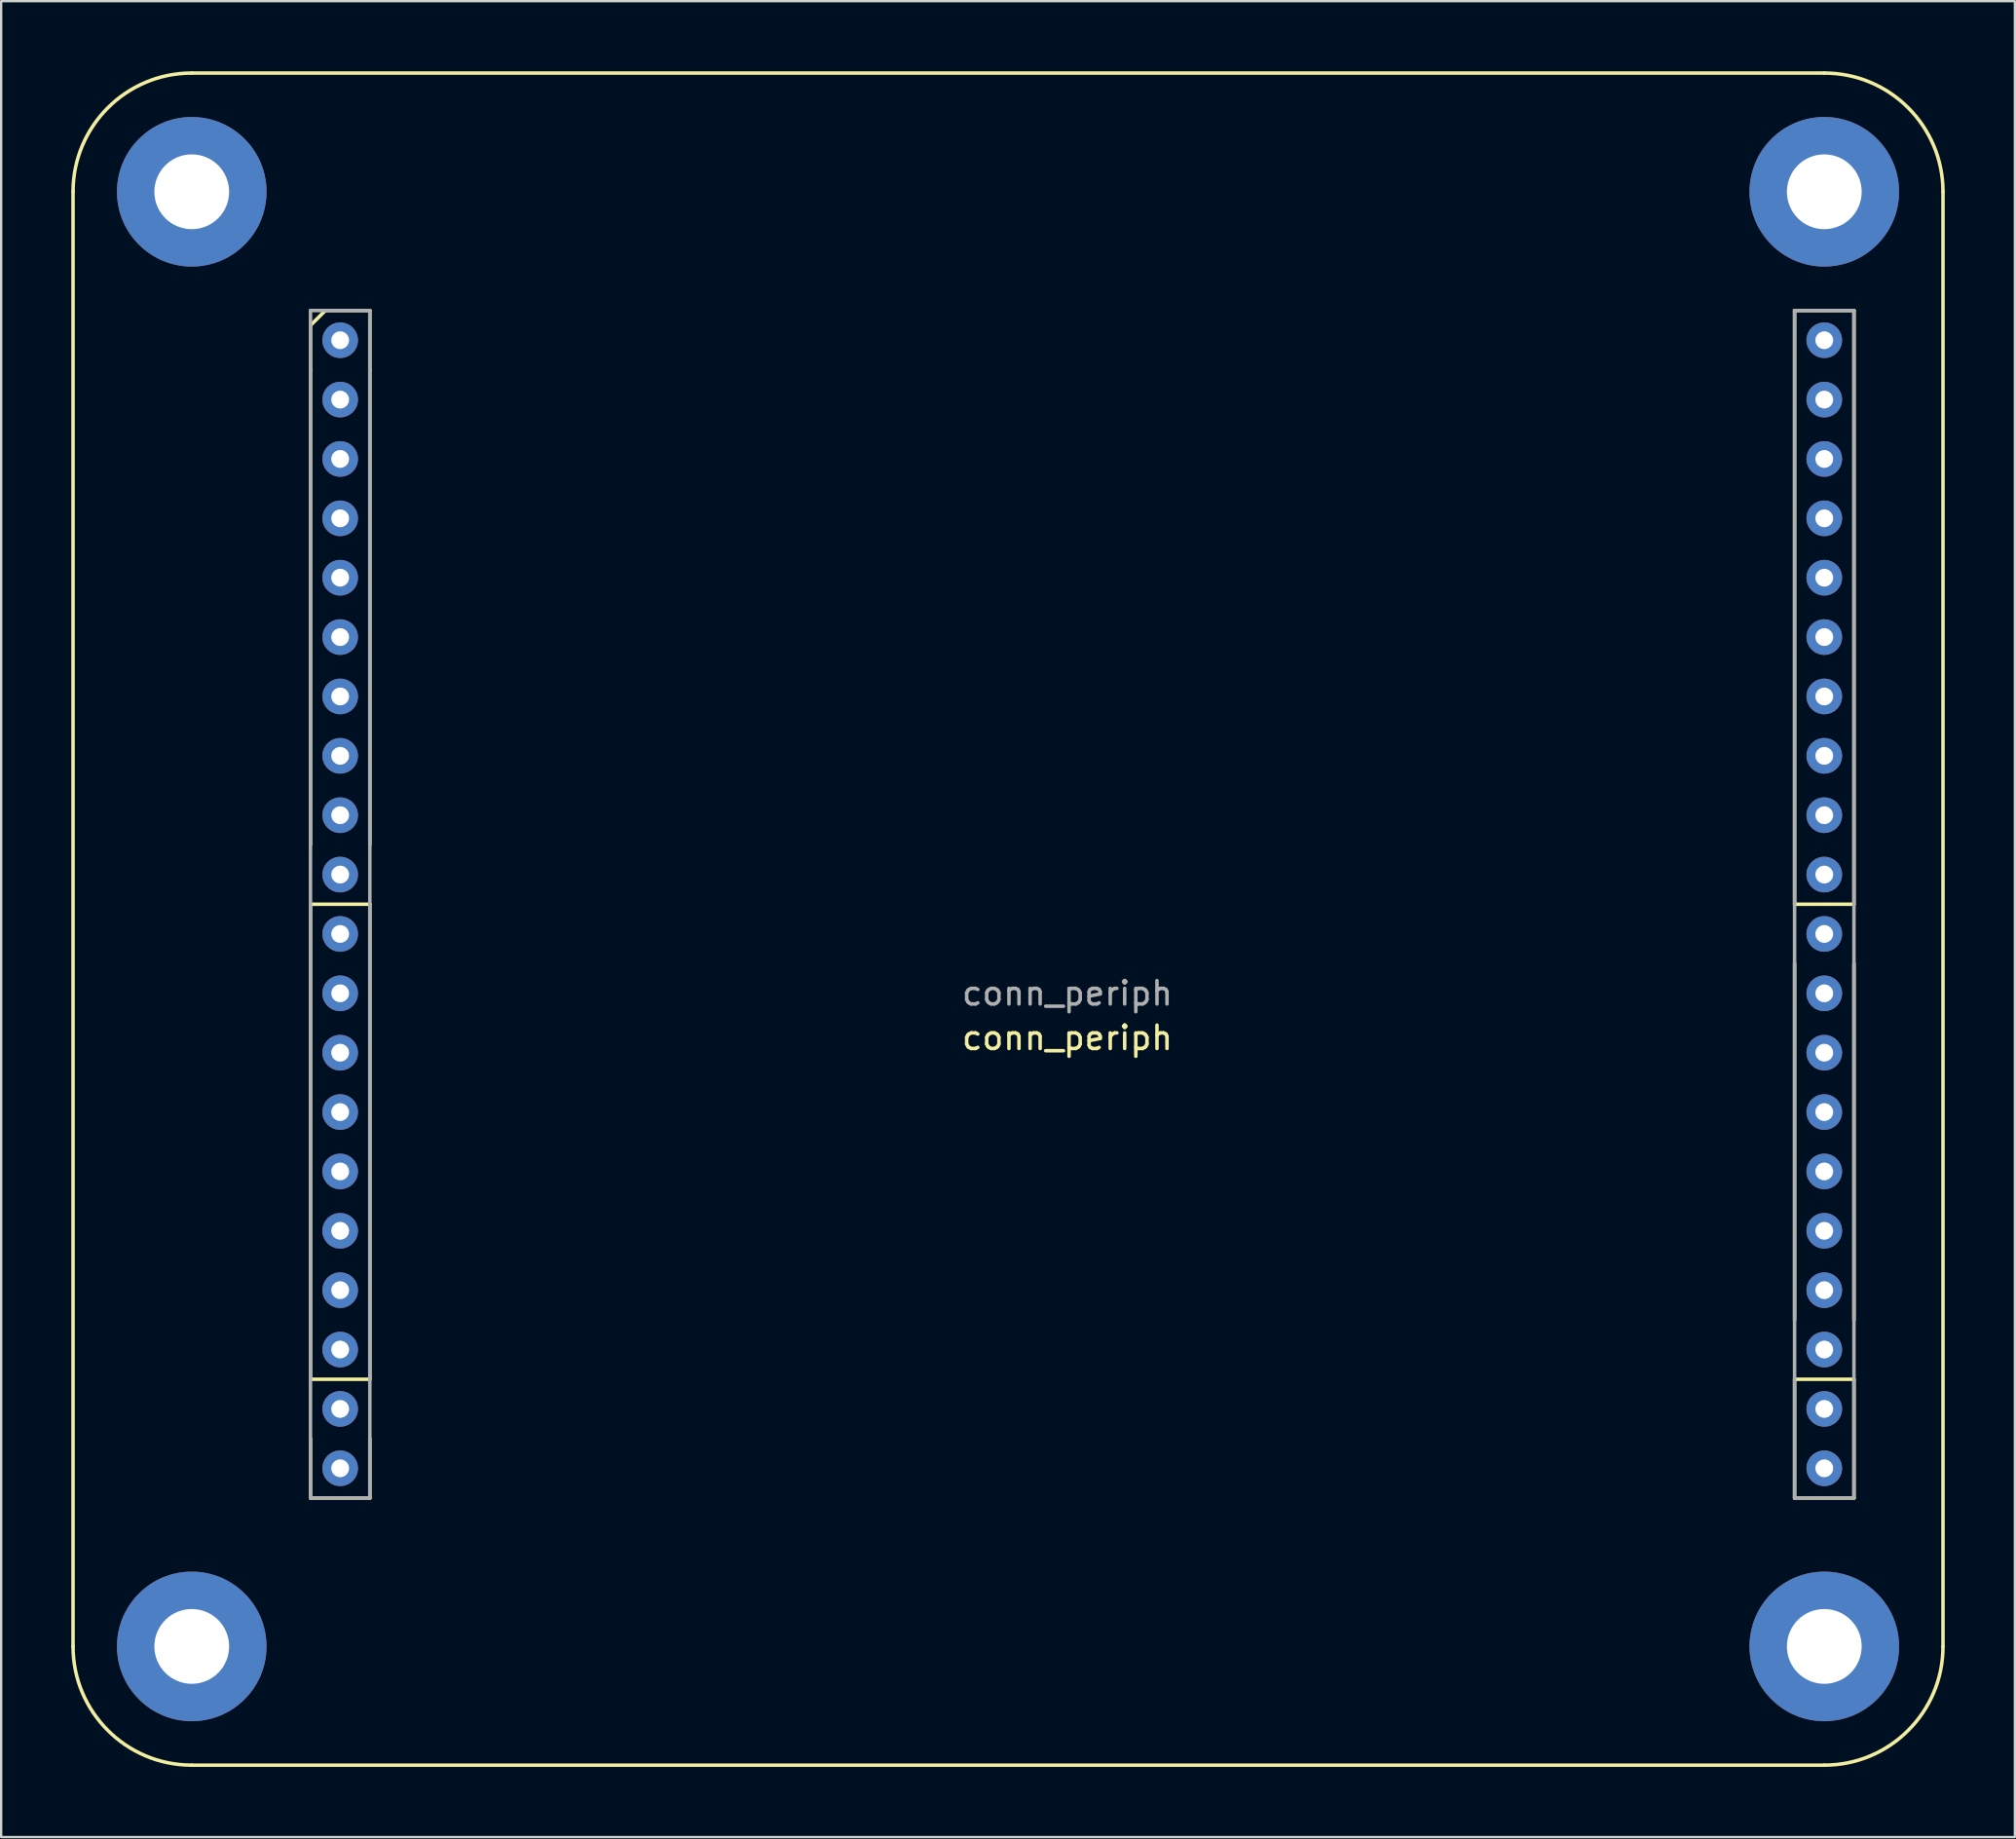
<source format=kicad_pcb>
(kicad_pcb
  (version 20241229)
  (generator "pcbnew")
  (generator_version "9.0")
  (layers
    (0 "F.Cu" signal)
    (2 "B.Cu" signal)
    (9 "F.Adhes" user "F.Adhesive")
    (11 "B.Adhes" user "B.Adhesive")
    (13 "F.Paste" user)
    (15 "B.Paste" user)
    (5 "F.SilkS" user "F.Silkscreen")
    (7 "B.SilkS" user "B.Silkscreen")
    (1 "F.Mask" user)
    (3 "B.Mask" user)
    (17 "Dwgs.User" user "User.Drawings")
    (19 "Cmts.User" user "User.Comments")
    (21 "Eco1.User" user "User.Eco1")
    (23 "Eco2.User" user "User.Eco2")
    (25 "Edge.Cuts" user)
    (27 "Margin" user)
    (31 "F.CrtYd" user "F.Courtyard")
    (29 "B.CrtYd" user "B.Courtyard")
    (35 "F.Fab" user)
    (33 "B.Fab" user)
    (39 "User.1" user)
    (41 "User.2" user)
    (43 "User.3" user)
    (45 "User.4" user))
  (footprint "conn_periph"
    (layer "F.Cu")
    (at 11.505 59.765)
    (property "Reference" "conn_periph" (at 31.115 -18.415 180) (layer "F.SilkS") (effects (font (size 1 1) (thickness 0.15))))
    (attr through_hole)
    (fp_line (start -11.43 -54.61) (end -11.43 7.62) (stroke (width 0.15) (type solid)) (layer "F.SilkS"))
    (fp_line (start -6.35 12.7) (end 63.5 12.7) (stroke (width 0.15) (type solid)) (layer "F.SilkS"))
    (fp_line (start -1.27 -48.895) (end -1.27 -46.99) (stroke (width 0.15) (type solid)) (layer "F.SilkS"))
    (fp_line (start -1.27 -48.895) (end -0.635 -49.53) (stroke (width 0.15) (type solid)) (layer "F.SilkS"))
    (fp_line (start -1.27 -46.99) (end -1.27 -26.67) (stroke (width 0.15) (type solid)) (layer "F.SilkS"))
    (fp_line (start -1.27 -24.13) (end -1.27 -3.81) (stroke (width 0.15) (type solid)) (layer "F.SilkS"))
    (fp_line (start -1.27 -3.81) (end 1.27 -3.81) (stroke (width 0.15) (type solid)) (layer "F.SilkS"))
    (fp_line (start -1.27 -1.27) (end -1.27 1.27) (stroke (width 0.15) (type solid)) (layer "F.SilkS"))
    (fp_line (start -1.27 1.27) (end 1.27 1.27) (stroke (width 0.15) (type solid)) (layer "F.SilkS"))
    (fp_line (start -0.635 -49.53) (end 1.27 -49.53) (stroke (width 0.15) (type solid)) (layer "F.SilkS"))
    (fp_line (start 1.27 -49.53) (end 1.27 -46.99) (stroke (width 0.15) (type solid)) (layer "F.SilkS"))
    (fp_line (start 1.27 -26.67) (end 1.27 -46.99) (stroke (width 0.15) (type solid)) (layer "F.SilkS"))
    (fp_line (start 1.27 -24.13) (end -1.27 -24.13) (stroke (width 0.15) (type solid)) (layer "F.SilkS"))
    (fp_line (start 1.27 -3.81) (end 1.27 -24.13) (stroke (width 0.15) (type solid)) (layer "F.SilkS"))
    (fp_line (start 1.27 1.27) (end 1.27 -1.27) (stroke (width 0.15) (type solid)) (layer "F.SilkS"))
    (fp_line (start 62.23 -49.53) (end 64.77 -49.53) (stroke (width 0.15) (type solid)) (layer "F.SilkS"))
    (fp_line (start 62.23 -24.13) (end 62.23 -49.53) (stroke (width 0.15) (type solid)) (layer "F.SilkS"))
    (fp_line (start 62.23 -21.59) (end 62.23 -6.35) (stroke (width 0.15) (type solid)) (layer "F.SilkS"))
    (fp_line (start 62.23 -3.81) (end 62.23 1.27) (stroke (width 0.15) (type solid)) (layer "F.SilkS"))
    (fp_line (start 62.23 1.27) (end 64.77 1.27) (stroke (width 0.15) (type solid)) (layer "F.SilkS"))
    (fp_line (start 63.5 -59.69) (end -6.35 -59.69) (stroke (width 0.15) (type solid)) (layer "F.SilkS"))
    (fp_line (start 64.77 -49.53) (end 64.77 -24.13) (stroke (width 0.15) (type solid)) (layer "F.SilkS"))
    (fp_line (start 64.77 -24.13) (end 62.23 -24.13) (stroke (width 0.15) (type solid)) (layer "F.SilkS"))
    (fp_line (start 64.77 -6.35) (end 64.77 -21.59) (stroke (width 0.15) (type solid)) (layer "F.SilkS"))
    (fp_line (start 64.77 -3.81) (end 62.23 -3.81) (stroke (width 0.15) (type solid)) (layer "F.SilkS"))
    (fp_line (start 64.77 1.27) (end 64.77 -3.81) (stroke (width 0.15) (type solid)) (layer "F.SilkS"))
    (fp_line (start 68.58 -54.61) (end 68.58 7.62) (stroke (width 0.15) (type solid)) (layer "F.SilkS"))
    (fp_arc (start -11.43 -54.61) (mid -9.942102 -58.202102) (end -6.35 -59.69) (stroke (width 0.15) (type solid)) (layer "F.SilkS"))
    (fp_arc (start -6.35 12.7) (mid -9.942102 11.212102) (end -11.43 7.62) (stroke (width 0.15) (type solid)) (layer "F.SilkS"))
    (fp_arc (start 63.5 -59.69) (mid 67.092102 -58.202102) (end 68.58 -54.61) (stroke (width 0.15) (type solid)) (layer "F.SilkS"))
    (fp_arc (start 68.58 7.62) (mid 67.092102 11.212102) (end 63.5 12.7) (stroke (width 0.15) (type solid)) (layer "F.SilkS"))
    (fp_line (start -1.27 -49.53) (end -1.27 1.27) (stroke (width 0.15) (type solid)) (layer "F.Fab"))
    (fp_line (start -1.27 1.27) (end 1.27 1.27) (stroke (width 0.15) (type solid)) (layer "F.Fab"))
    (fp_line (start 1.27 -49.53) (end -1.27 -49.53) (stroke (width 0.15) (type solid)) (layer "F.Fab"))
    (fp_line (start 1.27 1.27) (end 1.27 -49.53) (stroke (width 0.15) (type solid)) (layer "F.Fab"))
    (fp_line (start 62.23 -49.53) (end 64.77 -49.53) (stroke (width 0.15) (type solid)) (layer "F.Fab"))
    (fp_line (start 62.23 1.27) (end 62.23 -49.53) (stroke (width 0.15) (type solid)) (layer "F.Fab"))
    (fp_line (start 64.77 -49.53) (end 64.77 1.27) (stroke (width 0.15) (type solid)) (layer "F.Fab"))
    (fp_line (start 64.77 1.27) (end 62.23 1.27) (stroke (width 0.15) (type solid)) (layer "F.Fab"))
    (fp_text user "${REFERENCE}" (at 31.115 -20.32 0) (layer "F.Fab") (effects (font (size 1 1) (thickness 0.15))))
    (pad "" np_thru_hole circle (at -6.35 -54.61) (size 6.4 6.4) (drill 3.2) (layers "*.Cu" "*.Mask"))
    (pad "" np_thru_hole circle (at -6.35 7.62) (size 6.4 6.4) (drill 3.2) (layers "*.Cu" "*.Mask"))
    (pad "" np_thru_hole circle (at 63.5 -54.61) (size 6.4 6.4) (drill 3.2) (layers "*.Cu" "*.Mask"))
    (pad "" np_thru_hole circle (at 63.5 7.62) (size 6.4 6.4) (drill 3.2) (layers "*.Cu" "*.Mask"))
    (pad "A0" thru_hole circle (at 63.5 -17.78) (size 1.524 1.524) (drill 0.762) (layers "*.Cu" "*.Mask"))
    (pad "A1" thru_hole circle (at 63.5 -20.32) (size 1.524 1.524) (drill 0.762) (layers "*.Cu" "*.Mask"))
    (pad "A7" thru_hole circle (at 0 -30.48) (size 1.524 1.524) (drill 0.762) (layers "*.Cu" "*.Mask"))
    (pad "A8" thru_hole circle (at 0 -33.02) (size 1.524 1.524) (drill 0.762) (layers "*.Cu" "*.Mask"))
    (pad "A9" thru_hole circle (at 0 -35.56) (size 1.524 1.524) (drill 0.762) (layers "*.Cu" "*.Mask"))
    (pad "A10" thru_hole circle (at 0 -38.1) (size 1.524 1.524) (drill 0.762) (layers "*.Cu" "*.Mask"))
    (pad "B0" thru_hole circle (at 63.5 -7.62) (size 1.524 1.524) (drill 0.762) (layers "*.Cu" "*.Mask"))
    (pad "B1" thru_hole circle (at 63.5 -10.16) (size 1.524 1.524) (drill 0.762) (layers "*.Cu" "*.Mask"))
    (pad "B2" thru_hole circle (at 63.5 -12.7) (size 1.524 1.524) (drill 0.762) (layers "*.Cu" "*.Mask"))
    (pad "B3" thru_hole circle (at 63.5 -15.24) (size 1.524 1.524) (drill 0.762) (layers "*.Cu" "*.Mask"))
    (pad "B4" thru_hole circle (at 0 -7.62) (size 1.524 1.524) (drill 0.762) (layers "*.Cu" "*.Mask"))
    (pad "B5" thru_hole circle (at 0 -10.16) (size 1.524 1.524) (drill 0.762) (layers "*.Cu" "*.Mask"))
    (pad "B6" thru_hole circle (at 0 -12.7) (size 1.524 1.524) (drill 0.762) (layers "*.Cu" "*.Mask"))
    (pad "B7" thru_hole circle (at 0 -15.24) (size 1.524 1.524) (drill 0.762) (layers "*.Cu" "*.Mask"))
    (pad "B12" thru_hole circle (at 0 -17.78) (size 1.524 1.524) (drill 0.762) (layers "*.Cu" "*.Mask"))
    (pad "B13" thru_hole circle (at 0 -20.32) (size 1.524 1.524) (drill 0.762) (layers "*.Cu" "*.Mask"))
    (pad "C0" thru_hole circle (at 63.5 -25.4) (size 1.524 1.524) (drill 0.762) (layers "*.Cu" "*.Mask"))
    (pad "C1" thru_hole circle (at 63.5 -27.94) (size 1.524 1.524) (drill 0.762) (layers "*.Cu" "*.Mask"))
    (pad "C2" thru_hole circle (at 63.5 -30.48) (size 1.524 1.524) (drill 0.762) (layers "*.Cu" "*.Mask"))
    (pad "C3" thru_hole circle (at 63.5 -33.02) (size 1.524 1.524) (drill 0.762) (layers "*.Cu" "*.Mask"))
    (pad "C4" thru_hole circle (at 63.5 -35.56) (size 1.524 1.524) (drill 0.762) (layers "*.Cu" "*.Mask"))
    (pad "C5" thru_hole circle (at 63.5 -38.1) (size 1.524 1.524) (drill 0.762) (layers "*.Cu" "*.Mask"))
    (pad "C6" thru_hole circle (at 63.5 -40.64) (size 1.524 1.524) (drill 0.762) (layers "*.Cu" "*.Mask"))
    (pad "C7" thru_hole circle (at 63.5 -43.18) (size 1.524 1.524) (drill 0.762) (layers "*.Cu" "*.Mask"))
    (pad "C8" thru_hole circle (at 0 -25.4) (size 1.524 1.524) (drill 0.762) (layers "*.Cu" "*.Mask"))
    (pad "C9" thru_hole circle (at 0 -27.94) (size 1.524 1.524) (drill 0.762) (layers "*.Cu" "*.Mask"))
    (pad "G1" thru_hole circle (at 63.5 0) (size 1.524 1.524) (drill 0.762) (layers "*.Cu" "*.Mask"))
    (pad "G2" thru_hole circle (at 63.5 -22.86) (size 1.524 1.524) (drill 0.762) (layers "*.Cu" "*.Mask"))
    (pad "G3" thru_hole circle (at 63.5 -48.26) (size 1.524 1.524) (drill 0.762) (layers "*.Cu" "*.Mask"))
    (pad "G4" thru_hole circle (at 0 0) (size 1.524 1.524) (drill 0.762) (layers "*.Cu" "*.Mask"))
    (pad "G5" thru_hole circle (at 0 -22.86) (size 1.524 1.524) (drill 0.762) (layers "*.Cu" "*.Mask"))
    (pad "G6" thru_hole circle (at 0 -48.26) (size 1.524 1.524) (drill 0.762) (layers "*.Cu" "*.Mask"))
    (pad "L1" thru_hole circle (at 0 -43.18) (size 1.524 1.524) (drill 0.762) (layers "*.Cu" "*.Mask"))
    (pad "V31" thru_hole circle (at 63.5 -2.54) (size 1.524 1.524) (drill 0.762) (layers "*.Cu" "*.Mask"))
    (pad "V32" thru_hole circle (at 63.5 -45.72) (size 1.524 1.524) (drill 0.762) (layers "*.Cu" "*.Mask"))
    (pad "V33" thru_hole circle (at 0 -2.54) (size 1.524 1.524) (drill 0.762) (layers "*.Cu" "*.Mask"))
    (pad "V34" thru_hole circle (at 0 -40.64) (size 1.524 1.524) (drill 0.762) (layers "*.Cu" "*.Mask"))
    (pad "V51" thru_hole circle (at 63.5 -5.08) (size 1.524 1.524) (drill 0.762) (layers "*.Cu" "*.Mask"))
    (pad "V52" thru_hole circle (at 0 -5.08) (size 1.524 1.524) (drill 0.762) (layers "*.Cu" "*.Mask"))
    (pad "V53" thru_hole circle (at 0 -45.72) (size 1.524 1.524) (drill 0.762) (layers "*.Cu" "*.Mask")))
  (gr_rect
    (start -3 -3)
    (end 83.16 75.54)
    (stroke (width 0.1) (type default))
    (fill no)
    (layer "Edge.Cuts")))
</source>
